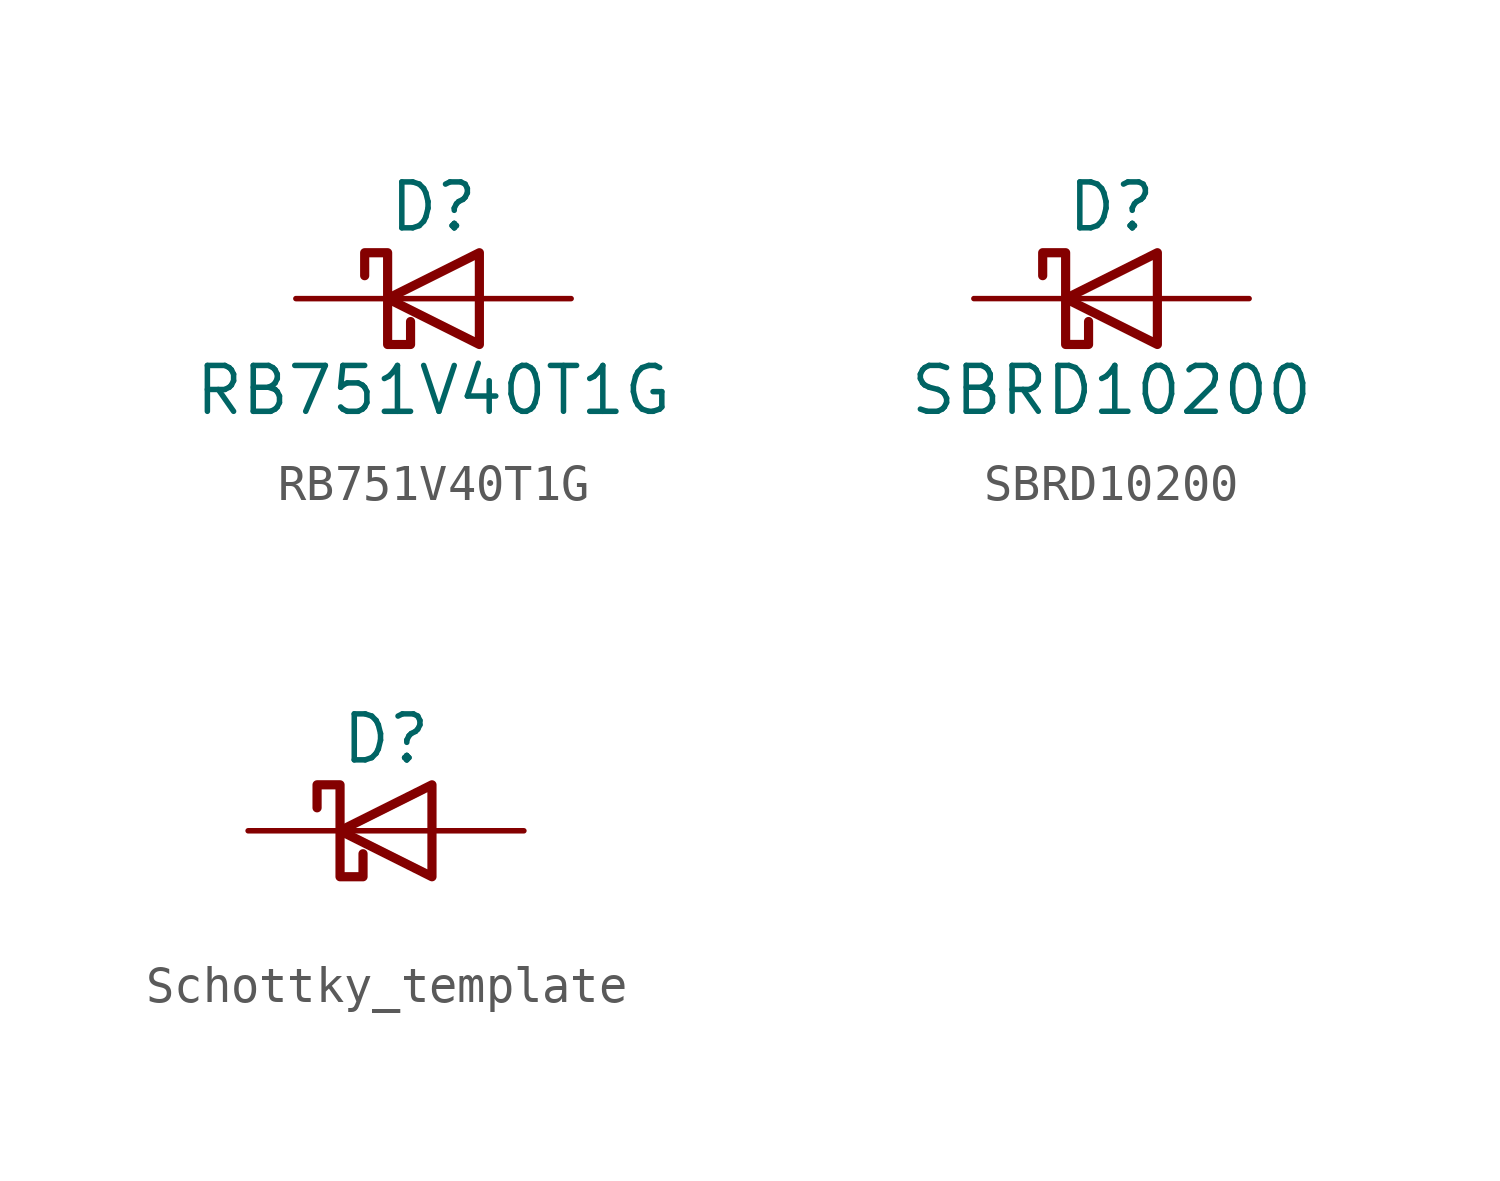
<source format=kicad_sym>
(kicad_symbol_lib
  (version 20241209)
  (generator "kicad_symbol_editor")
  (generator_version "9.0")
  (symbol "RB751V40T1G"
    (pin_numbers
      (hide yes))
    (pin_names
      (offset 1.016)
      (hide yes))
    (property "Reference" "D"
      (at 0 2.54 0)
      (effects (font (size 1.27 1.27))))
    (property "Value" "RB751V40T1G"
      (at 0 -2.54 0)
      (effects (font (size 1.27 1.27))))
    (symbol "RB751V40T1G_0_1"
      (polyline (pts (xy -1.905 0.635) (xy -1.905 1.27) (xy -1.27 1.27) (xy -1.27 -1.27) (xy -0.635 -1.27) (xy -0.635 -0.635)) (stroke (width 0.254) (type default)) (fill (type none)))
      (polyline (pts (xy 1.27 1.27) (xy 1.27 -1.27) (xy -1.27 0) (xy 1.27 1.27)) (stroke (width 0.254) (type default)) (fill (type none)))
      (polyline (pts (xy 1.27 0) (xy -1.27 0)) (stroke (width 0) (type default)) (fill (type none))))
    (symbol "RB751V40T1G_1_1"
      (pin passive line (at -3.81 0 0) (length 2.54) (name "K" (effects (font (size 1.27 1.27)))) (number "1" (effects (font (size 1.27 1.27)))))
      (pin passive line (at 3.81 0 180) (length 2.54) (name "A" (effects (font (size 1.27 1.27)))) (number "2" (effects (font (size 1.27 1.27)))))))
  (symbol "SBRD10200"
    (pin_numbers
      (hide yes))
    (pin_names
      (offset 1.016)
      (hide yes))
    (property "Reference" "D"
      (at 0 2.54 0)
      (effects (font (size 1.27 1.27))))
    (property "Value" "SBRD10200"
      (at 0 -2.54 0)
      (effects (font (size 1.27 1.27))))
    (symbol "SBRD10200_0_1"
      (polyline (pts (xy -1.905 0.635) (xy -1.905 1.27) (xy -1.27 1.27) (xy -1.27 -1.27) (xy -0.635 -1.27) (xy -0.635 -0.635)) (stroke (width 0.254) (type default)) (fill (type none)))
      (polyline (pts (xy 1.27 1.27) (xy 1.27 -1.27) (xy -1.27 0) (xy 1.27 1.27)) (stroke (width 0.254) (type default)) (fill (type none)))
      (polyline (pts (xy 1.27 0) (xy -1.27 0)) (stroke (width 0) (type default)) (fill (type none))))
    (symbol "SBRD10200_1_1"
      (pin passive line (at -3.81 0 0) (length 2.54) (name "K" (effects (font (size 1.27 1.27)))) (number "2" (effects (font (size 1.27 1.27)))))
      (pin passive line (at 3.81 0 180) (length 2.54) (name "A" (effects (font (size 1.27 1.27)))) (number "1" (effects (font (size 1.27 1.27)))))
      (pin passive line (at 3.81 0 180) (length 2.54) (hide yes) (name "A" (effects (font (size 1.27 1.27)))) (number "3" (effects (font (size 1.27 1.27)))))))
  (symbol "Schottky_template"
    (pin_numbers
      (hide yes))
    (pin_names
      (offset 1.016)
      (hide yes))
    (property "Reference" "D"
      (at 0 2.54 0)
      (effects (font (size 1.27 1.27))))
    (property "Value" ""
      (at 0 -2.54 0)
      (effects (font (size 1.27 1.27))))
    (symbol "Schottky_template_0_1"
      (polyline (pts (xy -1.905 0.635) (xy -1.905 1.27) (xy -1.27 1.27) (xy -1.27 -1.27) (xy -0.635 -1.27) (xy -0.635 -0.635)) (stroke (width 0.254) (type default)) (fill (type none)))
      (polyline (pts (xy 1.27 1.27) (xy 1.27 -1.27) (xy -1.27 0) (xy 1.27 1.27)) (stroke (width 0.254) (type default)) (fill (type none)))
      (polyline (pts (xy 1.27 0) (xy -1.27 0)) (stroke (width 0) (type default)) (fill (type none))))
    (symbol "Schottky_template_1_1"
      (pin passive line (at -3.81 0 0) (length 2.54) (name "K" (effects (font (size 1.27 1.27)))) (number "1" (effects (font (size 1.27 1.27)))))
      (pin passive line (at 3.81 0 180) (length 2.54) (name "A" (effects (font (size 1.27 1.27)))) (number "2" (effects (font (size 1.27 1.27))))))))
</source>
